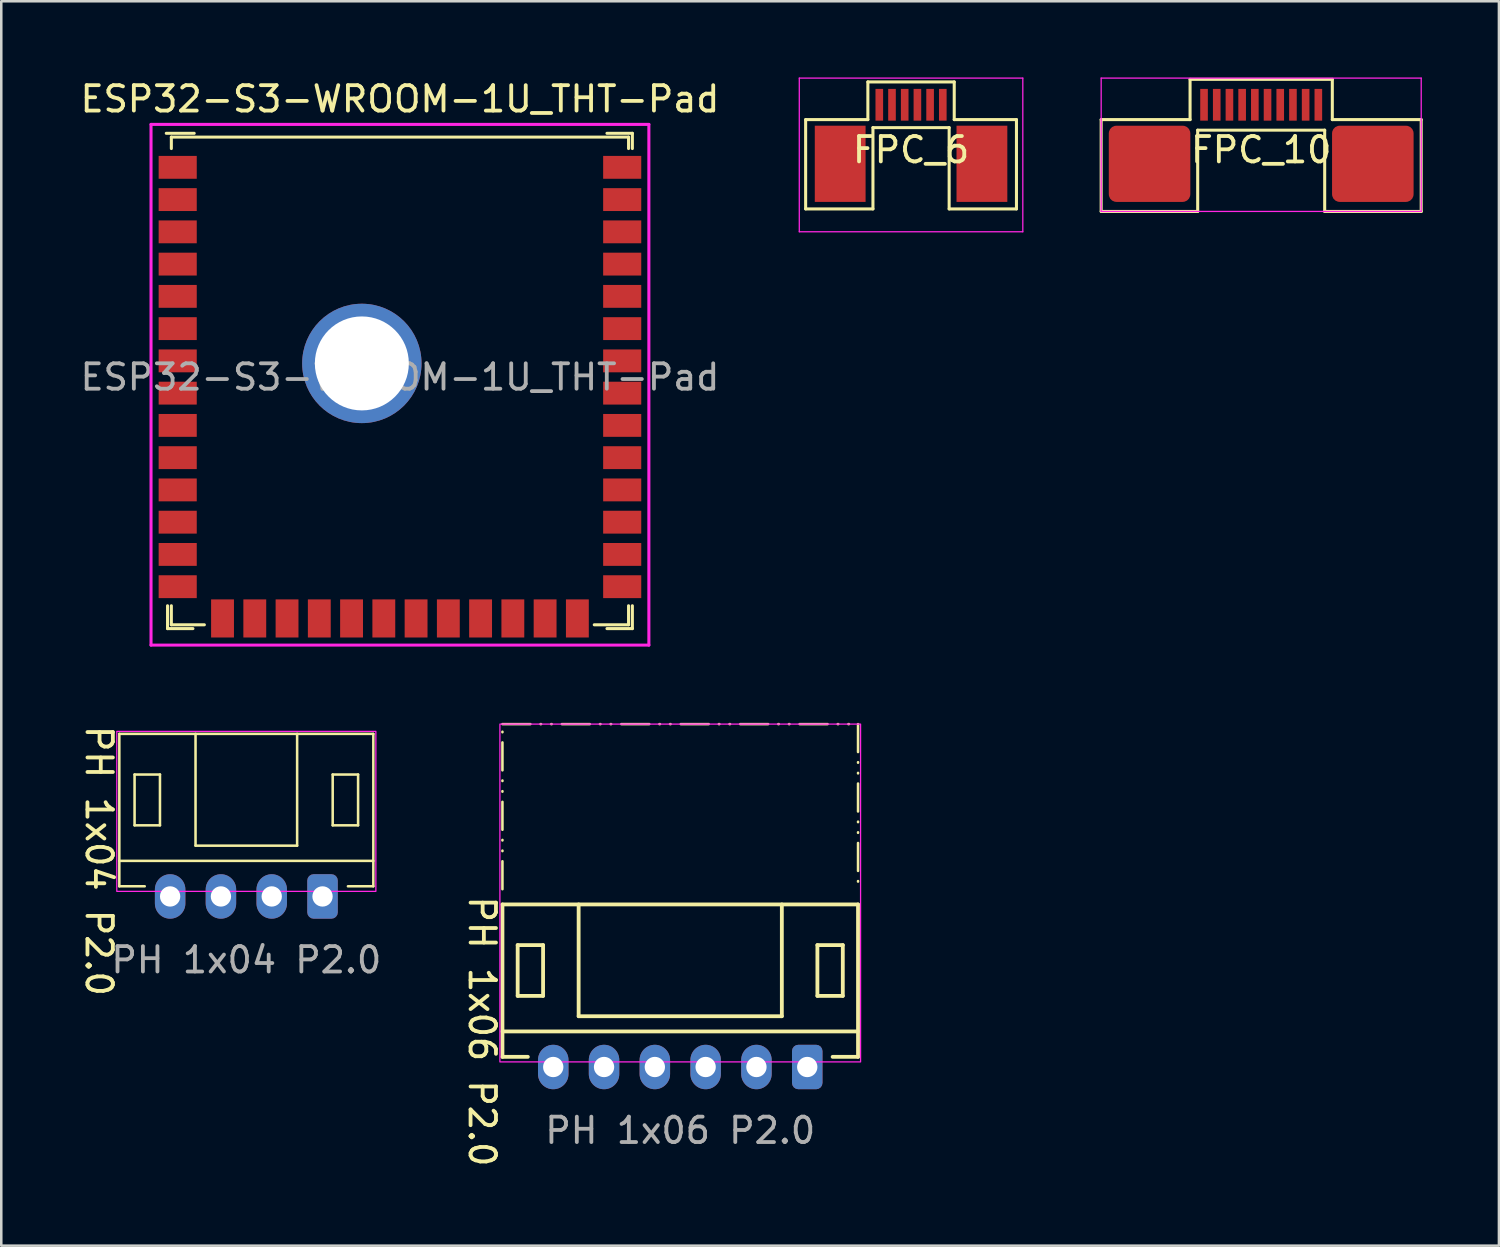
<source format=kicad_pcb>
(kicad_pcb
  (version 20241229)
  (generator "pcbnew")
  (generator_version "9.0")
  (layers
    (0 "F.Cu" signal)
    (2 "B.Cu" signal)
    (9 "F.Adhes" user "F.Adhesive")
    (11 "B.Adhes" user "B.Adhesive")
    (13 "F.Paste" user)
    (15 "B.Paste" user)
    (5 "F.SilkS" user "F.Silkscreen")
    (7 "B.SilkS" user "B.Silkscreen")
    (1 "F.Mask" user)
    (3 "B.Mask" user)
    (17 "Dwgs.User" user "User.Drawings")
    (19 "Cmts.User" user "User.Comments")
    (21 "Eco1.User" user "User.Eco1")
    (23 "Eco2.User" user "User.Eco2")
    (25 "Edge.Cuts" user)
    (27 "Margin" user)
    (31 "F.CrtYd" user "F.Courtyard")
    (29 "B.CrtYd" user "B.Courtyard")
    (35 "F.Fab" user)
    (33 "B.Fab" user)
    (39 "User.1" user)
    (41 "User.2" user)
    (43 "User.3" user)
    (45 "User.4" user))
  (footprint "FPC_10"
    (layer "F.Cu")
    (at 46.603 1.075)
    (property "Reference" "FPC_10" (at 0 1.775 0) (layer "F.SilkS") (effects (font (size 1 1) (thickness 0.15))))
    (attr smd)
    (fp_line (start -6.3 0.584) (end -2.8 0.584) (stroke (width 0.12) (type default)) (layer "F.SilkS"))
    (fp_line (start -6.3 4.2) (end -6.3 0.584) (stroke (width 0.12) (type default)) (layer "F.SilkS"))
    (fp_line (start -2.8 -1) (end 2.8 -1) (stroke (width 0.12) (type default)) (layer "F.SilkS"))
    (fp_line (start -2.8 0.584) (end -2.8 -1) (stroke (width 0.12) (type default)) (layer "F.SilkS"))
    (fp_line (start -2.5 1) (end -2.5 4.2) (stroke (width 0.12) (type default)) (layer "F.SilkS"))
    (fp_line (start -2.5 1) (end 2.5 1) (stroke (width 0.12) (type default)) (layer "F.SilkS"))
    (fp_line (start -2.5 4.2) (end -6.3 4.2) (stroke (width 0.12) (type default)) (layer "F.SilkS"))
    (fp_line (start 2.5 1) (end 2.5 4.2) (stroke (width 0.12) (type default)) (layer "F.SilkS"))
    (fp_line (start 2.5 4.2) (end 6.3 4.2) (stroke (width 0.12) (type default)) (layer "F.SilkS"))
    (fp_line (start 2.8 0.584) (end 2.8 -1) (stroke (width 0.12) (type default)) (layer "F.SilkS"))
    (fp_line (start 6.3 0.584) (end 2.8 0.584) (stroke (width 0.12) (type default)) (layer "F.SilkS"))
    (fp_line (start 6.3 4.2) (end 6.3 0.584) (stroke (width 0.12) (type default)) (layer "F.SilkS"))
    (fp_line (start -6.3 -1.05) (end -6.3 4.2) (stroke (width 0.05) (type default)) (layer "F.CrtYd"))
    (fp_line (start -6.3 -1.05) (end 6.3 -1.05) (stroke (width 0.05) (type default)) (layer "F.CrtYd"))
    (fp_line (start -6.3 4.2) (end 6.3 4.2) (stroke (width 0.05) (type default)) (layer "F.CrtYd"))
    (fp_line (start 6.3 -1.05) (end 6.3 4.2) (stroke (width 0.05) (type default)) (layer "F.CrtYd"))
    (pad "" smd roundrect (at -4.395 2.324) (size 3.21 3) (layers "F.Cu" "F.Mask" "F.Paste") (roundrect_rratio 0.1))
    (pad "" smd roundrect (at 4.395 2.324) (size 3.21 3) (layers "F.Cu" "F.Mask" "F.Paste") (roundrect_rratio 0.1))
    (pad "1" smd rect (at -2.25 0) (size 0.3 1.25) (layers "F.Cu" "F.Mask" "F.Paste"))
    (pad "2" smd rect (at -1.75 0) (size 0.3 1.25) (layers "F.Cu" "F.Mask" "F.Paste"))
    (pad "3" smd rect (at -1.25 0) (size 0.3 1.25) (layers "F.Cu" "F.Mask" "F.Paste"))
    (pad "4" smd rect (at -0.75 0) (size 0.3 1.25) (layers "F.Cu" "F.Mask" "F.Paste"))
    (pad "5" smd rect (at -0.25 0) (size 0.3 1.25) (layers "F.Cu" "F.Mask" "F.Paste"))
    (pad "6" smd rect (at 0.25 0) (size 0.3 1.25) (layers "F.Cu" "F.Mask" "F.Paste"))
    (pad "7" smd rect (at 0.75 0) (size 0.3 1.25) (layers "F.Cu" "F.Mask" "F.Paste"))
    (pad "8" smd rect (at 1.25 0) (size 0.3 1.25) (layers "F.Cu" "F.Mask" "F.Paste"))
    (pad "9" smd rect (at 1.75 0) (size 0.3 1.25) (layers "F.Cu" "F.Mask" "F.Paste"))
    (pad "10" smd rect (at 2.25 0) (size 0.3 1.25) (layers "F.Cu" "F.Mask" "F.Paste")))
  (footprint "FPC_6"
    (layer "F.Cu")
    (at 32.818 1.075)
    (property "Reference" "FPC_6" (at 0 1.775 0) (layer "F.SilkS") (effects (font (size 1 1) (thickness 0.15))))
    (attr smd)
    (fp_line (start -4.15 0.584) (end -1.7 0.584) (stroke (width 0.12) (type default)) (layer "F.SilkS"))
    (fp_line (start -4.15 4.1) (end -4.15 0.584) (stroke (width 0.12) (type default)) (layer "F.SilkS"))
    (fp_line (start -1.7 -0.9) (end 1.7 -0.9) (stroke (width 0.12) (type default)) (layer "F.SilkS"))
    (fp_line (start -1.7 0.584) (end -1.7 -0.9) (stroke (width 0.12) (type default)) (layer "F.SilkS"))
    (fp_line (start -1.5 0.9) (end -1.5 4.1) (stroke (width 0.12) (type default)) (layer "F.SilkS"))
    (fp_line (start -1.5 0.9) (end 1.5 0.9) (stroke (width 0.12) (type default)) (layer "F.SilkS"))
    (fp_line (start -1.5 4.1) (end -4.15 4.1) (stroke (width 0.12) (type default)) (layer "F.SilkS"))
    (fp_line (start 1.5 0.9) (end 1.5 4.1) (stroke (width 0.12) (type default)) (layer "F.SilkS"))
    (fp_line (start 1.5 4.1) (end 4.15 4.1) (stroke (width 0.12) (type default)) (layer "F.SilkS"))
    (fp_line (start 1.7 0.584) (end 1.7 -0.9) (stroke (width 0.12) (type default)) (layer "F.SilkS"))
    (fp_line (start 4.15 0.584) (end 1.7 0.584) (stroke (width 0.12) (type default)) (layer "F.SilkS"))
    (fp_line (start 4.15 4.1) (end 4.15 0.584) (stroke (width 0.12) (type default)) (layer "F.SilkS"))
    (fp_line (start -4.4 -1.05) (end -4.4 5) (stroke (width 0.05) (type default)) (layer "F.CrtYd"))
    (fp_line (start -4.4 -1.05) (end 4.4 -1.05) (stroke (width 0.05) (type default)) (layer "F.CrtYd"))
    (fp_line (start -4.4 5) (end 4.4 5) (stroke (width 0.05) (type default)) (layer "F.CrtYd"))
    (fp_line (start 4.4 -1.05) (end 4.4 5) (stroke (width 0.05) (type default)) (layer "F.CrtYd"))
    (pad "0" smd rect (at -2.79 2.324) (size 2 3) (layers "F.Cu" "F.Mask" "F.Paste"))
    (pad "0" smd rect (at 2.79 2.324) (size 2 3) (layers "F.Cu" "F.Mask" "F.Paste"))
    (pad "1" smd rect (at -1.25 0) (size 0.3 1.25) (layers "F.Cu" "F.Mask" "F.Paste"))
    (pad "2" smd rect (at -0.75 0) (size 0.3 1.25) (layers "F.Cu" "F.Mask" "F.Paste"))
    (pad "3" smd rect (at -0.25 0) (size 0.3 1.25) (layers "F.Cu" "F.Mask" "F.Paste"))
    (pad "4" smd rect (at 0.25 0) (size 0.3 1.25) (layers "F.Cu" "F.Mask" "F.Paste"))
    (pad "5" smd rect (at 0.75 0) (size 0.3 1.25) (layers "F.Cu" "F.Mask" "F.Paste"))
    (pad "6" smd rect (at 1.25 0) (size 0.3 1.25) (layers "F.Cu" "F.Mask" "F.Paste")))
  (footprint "PH 1x04 P2.0"
    (layer "F.Cu")
    (at 6.648 32.243)
    (property "Reference" "PH 1x04 P2.0" (at -5.8 -1.4 270) (unlocked yes) (layer "F.SilkS") (effects (font (size 1 1) (thickness 0.15))))
    (attr through_hole)
    (fp_line (start -5 -6.4) (end 5 -6.4) (stroke (width 0.1) (type default)) (layer "F.SilkS"))
    (fp_line (start -5 -1.4) (end 5 -1.4) (stroke (width 0.1) (type default)) (layer "F.SilkS"))
    (fp_line (start -5 -0.4) (end -5 -6.4) (stroke (width 0.1) (type default)) (layer "F.SilkS"))
    (fp_line (start -5 -0.4) (end -4 -0.4) (stroke (width 0.1) (type default)) (layer "F.SilkS"))
    (fp_line (start -4.4 -4.8) (end -3.4 -4.8) (stroke (width 0.1) (type default)) (layer "F.SilkS"))
    (fp_line (start -4.4 -2.8) (end -4.4 -4.8) (stroke (width 0.1) (type default)) (layer "F.SilkS"))
    (fp_line (start -3.4 -4.8) (end -3.4 -2.8) (stroke (width 0.1) (type default)) (layer "F.SilkS"))
    (fp_line (start -3.4 -2.8) (end -4.4 -2.8) (stroke (width 0.1) (type default)) (layer "F.SilkS"))
    (fp_line (start -2 -2) (end -2 -6.4) (stroke (width 0.1) (type default)) (layer "F.SilkS"))
    (fp_line (start -2 -2) (end 2 -2) (stroke (width 0.1) (type default)) (layer "F.SilkS"))
    (fp_line (start 2 -2) (end 2 -6.4) (stroke (width 0.1) (type default)) (layer "F.SilkS"))
    (fp_line (start 3.4 -4.8) (end 3.4 -2.8) (stroke (width 0.1) (type default)) (layer "F.SilkS"))
    (fp_line (start 3.4 -2.8) (end 4.4 -2.8) (stroke (width 0.1) (type default)) (layer "F.SilkS"))
    (fp_line (start 4.4 -4.8) (end 3.4 -4.8) (stroke (width 0.1) (type default)) (layer "F.SilkS"))
    (fp_line (start 4.4 -2.8) (end 4.4 -4.8) (stroke (width 0.1) (type default)) (layer "F.SilkS"))
    (fp_line (start 5 -6.4) (end 5 -0.4) (stroke (width 0.1) (type default)) (layer "F.SilkS"))
    (fp_line (start 5 -0.4) (end 4 -0.4) (stroke (width 0.1) (type default)) (layer "F.SilkS"))
    (fp_rect (start 5.1 -0.2) (end -5.1 -6.5) (stroke (width 0.05) (type default)) (fill no) (layer "F.CrtYd"))
    (fp_text user "${REFERENCE}" (at 0 2.5 0) (unlocked yes) (layer "F.Fab") (effects (font (size 1 1) (thickness 0.15))))
    (pad "1" thru_hole roundrect (at 3 0) (size 1.2 1.75) (drill 0.8) (layers "*.Cu" "*.Mask") (roundrect_rratio 0.208))
    (pad "2" thru_hole oval (at 1 0) (size 1.2 1.75) (drill 0.8) (layers "*.Cu" "*.Mask"))
    (pad "3" thru_hole oval (at -1 0) (size 1.2 1.75) (drill 0.8) (layers "*.Cu" "*.Mask"))
    (pad "4" thru_hole oval (at -3 0) (size 1.2 1.75) (drill 0.8) (layers "*.Cu" "*.Mask")))
  (footprint "PH 1x06 P2.0"
    (layer "F.Cu")
    (at 23.731 38.958)
    (property "Reference" "PH 1x06 P2.0" (at -7.8 -1.4 270) (unlocked yes) (layer "F.SilkS") (effects (font (size 1 1) (thickness 0.15))))
    (attr through_hole)
    (fp_line (start -7 -13.5) (end 7 -13.5) (stroke (width 0.1) (type dash_dot_dot)) (layer "F.SilkS"))
    (fp_line (start -7 -7) (end -7 -13.5) (stroke (width 0.1) (type dash_dot_dot)) (layer "F.SilkS"))
    (fp_line (start -7 -6.4) (end 7 -6.4) (stroke (width 0.15) (type default)) (layer "F.SilkS"))
    (fp_line (start -7 -1.4) (end 7 -1.4) (stroke (width 0.15) (type default)) (layer "F.SilkS"))
    (fp_line (start -7 -0.4) (end -7 -6.4) (stroke (width 0.15) (type default)) (layer "F.SilkS"))
    (fp_line (start -7 -0.4) (end -6 -0.4) (stroke (width 0.15) (type default)) (layer "F.SilkS"))
    (fp_line (start -6.4 -4.8) (end -5.4 -4.8) (stroke (width 0.15) (type default)) (layer "F.SilkS"))
    (fp_line (start -6.4 -2.8) (end -6.4 -4.8) (stroke (width 0.15) (type default)) (layer "F.SilkS"))
    (fp_line (start -5.4 -4.8) (end -5.4 -2.8) (stroke (width 0.15) (type default)) (layer "F.SilkS"))
    (fp_line (start -5.4 -2.8) (end -6.4 -2.8) (stroke (width 0.15) (type default)) (layer "F.SilkS"))
    (fp_line (start -4 -2) (end -4 -6.4) (stroke (width 0.15) (type default)) (layer "F.SilkS"))
    (fp_line (start -4 -2) (end 4 -2) (stroke (width 0.15) (type default)) (layer "F.SilkS"))
    (fp_line (start 4 -2) (end 4 -6.4) (stroke (width 0.15) (type default)) (layer "F.SilkS"))
    (fp_line (start 5.4 -4.8) (end 5.4 -2.8) (stroke (width 0.15) (type default)) (layer "F.SilkS"))
    (fp_line (start 5.4 -2.8) (end 6.4 -2.8) (stroke (width 0.15) (type default)) (layer "F.SilkS"))
    (fp_line (start 6.4 -4.8) (end 5.4 -4.8) (stroke (width 0.15) (type default)) (layer "F.SilkS"))
    (fp_line (start 6.4 -2.8) (end 6.4 -4.8) (stroke (width 0.15) (type default)) (layer "F.SilkS"))
    (fp_line (start 7 -13.5) (end 7 -7) (stroke (width 0.1) (type dash_dot_dot)) (layer "F.SilkS"))
    (fp_line (start 7 -6.4) (end 7 -0.4) (stroke (width 0.15) (type default)) (layer "F.SilkS"))
    (fp_line (start 7 -0.4) (end 6 -0.4) (stroke (width 0.15) (type default)) (layer "F.SilkS"))
    (fp_rect (start 7.1 -0.2) (end -7.1 -13.5) (stroke (width 0.05) (type default)) (fill no) (layer "F.CrtYd"))
    (fp_text user "${REFERENCE}" (at 0 2.5 0) (unlocked yes) (layer "F.Fab") (effects (font (size 1 1) (thickness 0.15))))
    (pad "1" thru_hole roundrect (at 5 0) (size 1.2 1.75) (drill 0.8) (layers "*.Cu" "*.Mask") (roundrect_rratio 0.208))
    (pad "2" thru_hole oval (at 3 0) (size 1.2 1.75) (drill 0.8) (layers "*.Cu" "*.Mask"))
    (pad "3" thru_hole oval (at 1 0) (size 1.2 1.75) (drill 0.8) (layers "*.Cu" "*.Mask"))
    (pad "4" thru_hole oval (at -1 0) (size 1.2 1.75) (drill 0.8) (layers "*.Cu" "*.Mask"))
    (pad "5" thru_hole oval (at -3 0) (size 1.2 1.75) (drill 0.8) (layers "*.Cu" "*.Mask"))
    (pad "6" thru_hole oval (at -5 0) (size 1.2 1.75) (drill 0.8) (layers "*.Cu" "*.Mask")))
  (footprint "ESP32-S3-WROOM-1U_THT-Pad"
    (layer "F.Cu")
    (at 12.696 11.798)
    (property "Reference" "ESP32-S3-WROOM-1U_THT-Pad" (at 0 -10.95 0) (layer "F.SilkS") (effects (font (size 1 1) (thickness 0.15))))
    (attr smd)
    (fp_line (start -9.2 -9.6) (end -8.1 -9.6) (stroke (width 0.12) (type solid)) (layer "F.SilkS"))
    (fp_line (start -9.15 9.9) (end -9.15 9) (stroke (width 0.12) (type solid)) (layer "F.SilkS"))
    (fp_line (start -9.15 9.9) (end -8.15 9.9) (stroke (width 0.12) (type solid)) (layer "F.SilkS"))
    (fp_line (start -9 -9.45) (end -9 -9) (stroke (width 0.12) (type solid)) (layer "F.SilkS"))
    (fp_line (start -9 9) (end -9 9.75) (stroke (width 0.12) (type solid)) (layer "F.SilkS"))
    (fp_line (start -9 9.75) (end -7.7 9.75) (stroke (width 0.12) (type solid)) (layer "F.SilkS"))
    (fp_line (start 9 -9.45) (end -9 -9.45) (stroke (width 0.12) (type solid)) (layer "F.SilkS"))
    (fp_line (start 9 -9.45) (end 9 -9) (stroke (width 0.12) (type solid)) (layer "F.SilkS"))
    (fp_line (start 9 9) (end 9 9.75) (stroke (width 0.12) (type solid)) (layer "F.SilkS"))
    (fp_line (start 9 9.75) (end 7.65 9.75) (stroke (width 0.12) (type solid)) (layer "F.SilkS"))
    (fp_line (start 9.15 -9.6) (end 8.15 -9.6) (stroke (width 0.12) (type solid)) (layer "F.SilkS"))
    (fp_line (start 9.15 -9) (end 9.15 -9.6) (stroke (width 0.12) (type solid)) (layer "F.SilkS"))
    (fp_line (start 9.15 9) (end 9.15 9.9) (stroke (width 0.12) (type solid)) (layer "F.SilkS"))
    (fp_line (start 9.15 9.9) (end 8.15 9.9) (stroke (width 0.12) (type solid)) (layer "F.SilkS"))
    (fp_line (start -9 -9.45) (end 9 -9.45) (stroke (width 0.12) (type solid)) (layer "Eco2.User"))
    (fp_line (start -9 9.75) (end -9 -9.45) (stroke (width 0.12) (type solid)) (layer "Eco2.User"))
    (fp_line (start 9 -9.45) (end 9 9.75) (stroke (width 0.12) (type solid)) (layer "Eco2.User"))
    (fp_line (start 9 9.75) (end -9 9.75) (stroke (width 0.12) (type solid)) (layer "Eco2.User"))
    (fp_line (start -9.8 -9.95) (end -9.8 10.55) (stroke (width 0.12) (type solid)) (layer "F.CrtYd"))
    (fp_line (start -9.8 10.55) (end 9.8 10.55) (stroke (width 0.12) (type solid)) (layer "F.CrtYd"))
    (fp_line (start 9.8 -9.95) (end -9.8 -9.95) (stroke (width 0.12) (type solid)) (layer "F.CrtYd"))
    (fp_line (start 9.8 -9.95) (end 9.8 10.55) (stroke (width 0.12) (type solid)) (layer "F.CrtYd"))
    (fp_text user "${REFERENCE}" (at 0 0 0) (layer "F.Fab") (effects (font (size 1 1) (thickness 0.15))))
    (pad "1" smd rect (at -8.75 -8.26) (size 1.5 0.9) (layers "F.Cu" "F.Mask" "F.Paste"))
    (pad "2" smd rect (at -8.75 -6.99) (size 1.5 0.9) (layers "F.Cu" "F.Mask" "F.Paste"))
    (pad "3" smd rect (at -8.75 -5.72) (size 1.5 0.9) (layers "F.Cu" "F.Mask" "F.Paste"))
    (pad "4" smd rect (at -8.75 -4.45) (size 1.5 0.9) (layers "F.Cu" "F.Mask" "F.Paste"))
    (pad "5" smd rect (at -8.75 -3.18) (size 1.5 0.9) (layers "F.Cu" "F.Mask" "F.Paste"))
    (pad "6" smd rect (at -8.75 -1.91) (size 1.5 0.9) (layers "F.Cu" "F.Mask" "F.Paste"))
    (pad "7" smd rect (at -8.75 -0.64) (size 1.5 0.9) (layers "F.Cu" "F.Mask" "F.Paste"))
    (pad "8" smd rect (at -8.75 0.63) (size 1.5 0.9) (layers "F.Cu" "F.Mask" "F.Paste"))
    (pad "9" smd rect (at -8.75 1.9) (size 1.5 0.9) (layers "F.Cu" "F.Mask" "F.Paste"))
    (pad "10" smd rect (at -8.75 3.17) (size 1.5 0.9) (layers "F.Cu" "F.Mask" "F.Paste"))
    (pad "11" smd rect (at -8.75 4.44) (size 1.5 0.9) (layers "F.Cu" "F.Mask" "F.Paste"))
    (pad "12" smd rect (at -8.75 5.71) (size 1.5 0.9) (layers "F.Cu" "F.Mask" "F.Paste"))
    (pad "13" smd rect (at -8.75 6.98) (size 1.5 0.9) (layers "F.Cu" "F.Mask" "F.Paste"))
    (pad "14" smd rect (at -8.75 8.25) (size 1.5 0.9) (layers "F.Cu" "F.Mask" "F.Paste"))
    (pad "15" smd rect (at -6.985 9.5 90) (size 1.5 0.9) (layers "F.Cu" "F.Mask" "F.Paste"))
    (pad "16" smd rect (at -5.715 9.5 90) (size 1.5 0.9) (layers "F.Cu" "F.Mask" "F.Paste"))
    (pad "17" smd rect (at -4.445 9.5 90) (size 1.5 0.9) (layers "F.Cu" "F.Mask" "F.Paste"))
    (pad "18" smd rect (at -3.175 9.5 90) (size 1.5 0.9) (layers "F.Cu" "F.Mask" "F.Paste"))
    (pad "19" smd rect (at -1.905 9.5 90) (size 1.5 0.9) (layers "F.Cu" "F.Mask" "F.Paste"))
    (pad "20" smd rect (at -0.635 9.5 90) (size 1.5 0.9) (layers "F.Cu" "F.Mask" "F.Paste"))
    (pad "21" smd rect (at 0.635 9.5 90) (size 1.5 0.9) (layers "F.Cu" "F.Mask" "F.Paste"))
    (pad "22" smd rect (at 1.905 9.5 90) (size 1.5 0.9) (layers "F.Cu" "F.Mask" "F.Paste"))
    (pad "23" smd rect (at 3.175 9.5 90) (size 1.5 0.9) (layers "F.Cu" "F.Mask" "F.Paste"))
    (pad "24" smd rect (at 4.445 9.5 90) (size 1.5 0.9) (layers "F.Cu" "F.Mask" "F.Paste"))
    (pad "25" smd rect (at 5.715 9.5 90) (size 1.5 0.9) (layers "F.Cu" "F.Mask" "F.Paste"))
    (pad "26" smd rect (at 6.985 9.5 90) (size 1.5 0.9) (layers "F.Cu" "F.Mask" "F.Paste"))
    (pad "27" smd rect (at 8.75 8.25 180) (size 1.5 0.9) (layers "F.Cu" "F.Mask" "F.Paste"))
    (pad "28" smd rect (at 8.75 6.98 180) (size 1.5 0.9) (layers "F.Cu" "F.Mask" "F.Paste"))
    (pad "29" smd rect (at 8.75 5.71 180) (size 1.5 0.9) (layers "F.Cu" "F.Mask" "F.Paste"))
    (pad "30" smd rect (at 8.75 4.44 180) (size 1.5 0.9) (layers "F.Cu" "F.Mask" "F.Paste"))
    (pad "31" smd rect (at 8.75 3.17 180) (size 1.5 0.9) (layers "F.Cu" "F.Mask" "F.Paste"))
    (pad "32" smd rect (at 8.75 1.9 180) (size 1.5 0.9) (layers "F.Cu" "F.Mask" "F.Paste"))
    (pad "33" smd rect (at 8.75 0.63 180) (size 1.5 0.9) (layers "F.Cu" "F.Mask" "F.Paste"))
    (pad "34" smd rect (at 8.75 -0.64 180) (size 1.5 0.9) (layers "F.Cu" "F.Mask" "F.Paste"))
    (pad "35" smd rect (at 8.75 -1.91 180) (size 1.5 0.9) (layers "F.Cu" "F.Mask" "F.Paste"))
    (pad "36" smd rect (at 8.75 -3.18 180) (size 1.5 0.9) (layers "F.Cu" "F.Mask" "F.Paste"))
    (pad "37" smd rect (at 8.75 -4.45 180) (size 1.5 0.9) (layers "F.Cu" "F.Mask" "F.Paste"))
    (pad "38" smd rect (at 8.75 -5.72 180) (size 1.5 0.9) (layers "F.Cu" "F.Mask" "F.Paste"))
    (pad "39" smd rect (at 8.75 -6.99 180) (size 1.5 0.9) (layers "F.Cu" "F.Mask" "F.Paste"))
    (pad "40" smd rect (at 8.75 -8.26 180) (size 1.5 0.9) (layers "F.Cu" "F.Mask" "F.Paste"))
    (pad "41" thru_hole circle (at -1.5 -0.54) (size 4.7 4.7) (drill 3.7) (layers "*.Cu" "*.Mask")))
  (gr_rect
    (start -3 -3)
    (end 55.963 45.993)
    (stroke (width 0.1) (type default))
    (fill no)
    (layer "Edge.Cuts")))
</source>
